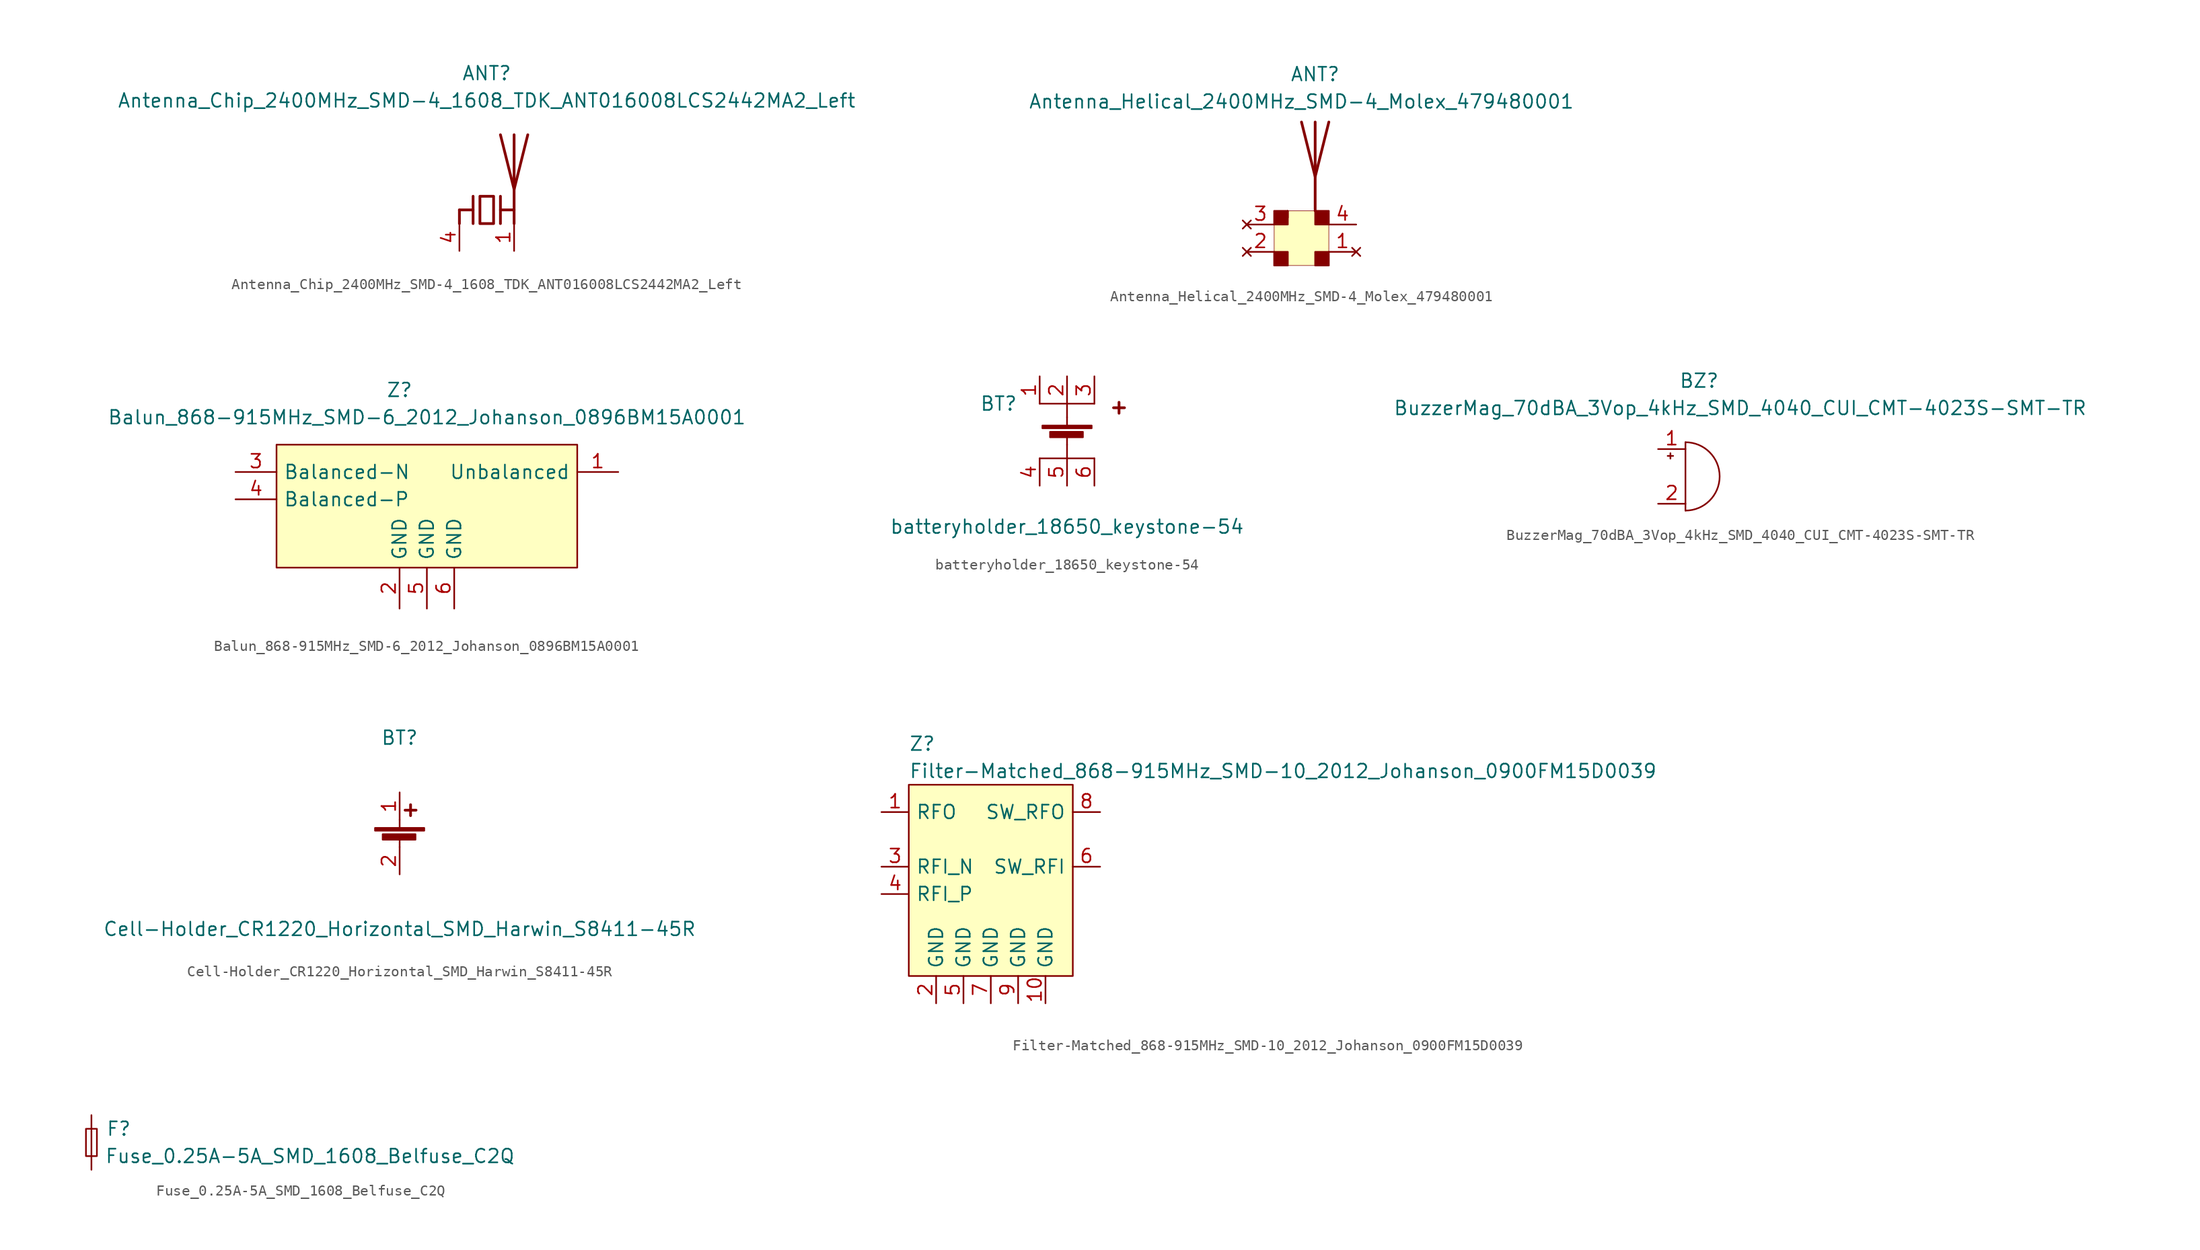
<source format=kicad_sym>
(kicad_symbol_lib
  (version 20220914)
  (generator kicad_symbol_editor)
  (symbol "Antenna_Chip_2400MHz_SMD-4_1608_TDK_ANT016008LCS2442MA2_Left"
    (pin_names
      (offset 0.635) hide)
    (property "Reference" "ANT"
      (at 0 12.7 0)
      (effects (font (size 1.27 1.27))))
    (property "Value" "Antenna_Chip_2400MHz_SMD-4_1608_TDK_ANT016008LCS2442MA2_Left"
      (at 0 10.16 0)
      (effects (font (size 1.27 1.27))))
    (symbol "Antenna_Chip_2400MHz_SMD-4_1608_TDK_ANT016008LCS2442MA2_Left_0_0"
      (pin no_connect line (at -1.27 -2.54 90) (length 2.54) hide (name "NC" (effects (font (size 1.27 1.27)))) (number "2" (effects (font (size 1.27 1.27)))))
      (pin no_connect line (at 0 -2.54 90) (length 2.54) hide (name "NC" (effects (font (size 1.27 1.27)))) (number "3" (effects (font (size 1.27 1.27))))))
    (symbol "Antenna_Chip_2400MHz_SMD-4_1608_TDK_ANT016008LCS2442MA2_Left_1_1"
      (polyline (pts (xy -2.54 0) (xy -2.54 -1.27)) (stroke (width 0.254) (type default)) (fill (type none)))
      (polyline (pts (xy -2.54 0) (xy -1.27 0)) (stroke (width 0.254) (type default)) (fill (type none)))
      (polyline (pts (xy 1.27 0) (xy 2.54 0)) (stroke (width 0.254) (type default)) (fill (type none)))
      (polyline (pts (xy 1.27 1.27) (xy 1.27 -1.27)) (stroke (width 0.254) (type default)) (fill (type none)))
      (polyline (pts (xy 2.54 -0.635) (xy 2.54 0)) (stroke (width 0) (type default)) (fill (type none)))
      (polyline (pts (xy 2.54 6.985) (xy 2.54 -1.27)) (stroke (width 0.254) (type default)) (fill (type none)))
      (polyline (pts (xy -1.27 1.27) (xy -1.27 -1.27) (xy -1.27 0)) (stroke (width 0.254) (type default)) (fill (type none)))
      (polyline (pts (xy 3.81 6.985) (xy 2.54 1.905) (xy 1.27 6.985)) (stroke (width 0.254) (type default)) (fill (type none)))
      (polyline (pts (xy -0.635 1.27) (xy 0.635 1.27) (xy 0.635 -1.27) (xy -0.635 -1.27) (xy -0.635 1.27)) (stroke (width 0.254) (type default)) (fill (type none)))
      (pin passive line (at 2.54 -3.81 90) (length 2.54) (name "RADIATOR" (effects (font (size 1.27 1.27)))) (number "1" (effects (font (size 1.27 1.27)))))
      (pin bidirectional line (at -2.54 -3.81 90) (length 2.54) (name "FEED" (effects (font (size 1.27 1.27)))) (number "4" (effects (font (size 1.27 1.27)))))))
  (symbol "Antenna_Helical_2400MHz_SMD-4_Molex_479480001"
    (pin_names hide)
    (property "Reference" "ANT"
      (at 1.27 15.24 0)
      (effects (font (size 1.27 1.27))))
    (property "Value" "Antenna_Helical_2400MHz_SMD-4_Molex_479480001"
      (at 0 12.7 0)
      (effects (font (size 1.27 1.27))))
    (symbol "Antenna_Helical_2400MHz_SMD-4_Molex_479480001_0_1"
      (rectangle (start -2.54 2.54) (end 2.54 -2.54) (stroke (width 0.051) (type default)) (fill (type background)))
      (rectangle (start 1.27 2.54) (end 2.54 1.27) (stroke (width 0) (type default)) (fill (type outline))))
    (symbol "Antenna_Helical_2400MHz_SMD-4_Molex_479480001_1_1"
      (rectangle (start -2.54 -1.27) (end -1.27 -2.54) (stroke (width 0) (type default)) (fill (type outline)))
      (rectangle (start -2.54 2.54) (end -1.27 1.27) (stroke (width 0) (type default)) (fill (type outline)))
      (polyline (pts (xy -1.27 1.905) (xy -1.27 2.54)) (stroke (width 0) (type default)) (fill (type none)))
      (polyline (pts (xy 1.27 10.795) (xy 1.27 2.54)) (stroke (width 0.254) (type default)) (fill (type none)))
      (polyline (pts (xy 2.54 10.795) (xy 1.27 5.715) (xy 0 10.795)) (stroke (width 0.254) (type default)) (fill (type none)))
      (rectangle (start 1.27 -1.27) (end 2.54 -2.54) (stroke (width 0) (type default)) (fill (type outline)))
      (pin no_connect line (at 5.08 -1.27 180) (length 2.54) (name "NC" (effects (font (size 1.27 1.27)))) (number "1" (effects (font (size 1.27 1.27)))))
      (pin no_connect line (at -5.08 -1.27 0) (length 2.54) (name "NC" (effects (font (size 1.27 1.27)))) (number "2" (effects (font (size 1.27 1.27)))))
      (pin no_connect line (at -5.08 1.27 0) (length 2.54) (name "NC" (effects (font (size 1.27 1.27)))) (number "3" (effects (font (size 1.27 1.27)))))
      (pin bidirectional line (at 5.08 1.27 180) (length 2.54) (name "FEED" (effects (font (size 1.27 1.27)))) (number "4" (effects (font (size 1.27 1.27)))))))
  (symbol "Balun_868-915MHz_SMD-6_2012_Johanson_0896BM15A0001"
    (pin_names
      (offset 0.635))
    (property "Reference" "Z"
      (at -2.54 11.43 0)
      (effects (font (size 1.27 1.27))))
    (property "Value" "Balun_868-915MHz_SMD-6_2012_Johanson_0896BM15A0001"
      (at 0 8.89 0)
      (effects (font (size 1.27 1.27))))
    (symbol "Balun_868-915MHz_SMD-6_2012_Johanson_0896BM15A0001_0_0"
      (pin bidirectional line (at 17.78 3.81 180) (length 3.81) (name "Unbalanced" (effects (font (size 1.27 1.27)))) (number "1" (effects (font (size 1.27 1.27)))))
      (pin power_in line (at -2.54 -8.89 90) (length 3.81) (name "GND" (effects (font (size 1.27 1.27)))) (number "2" (effects (font (size 1.27 1.27)))))
      (pin bidirectional line (at -17.78 3.81 0) (length 3.81) (name "Balanced-N" (effects (font (size 1.27 1.27)))) (number "3" (effects (font (size 1.27 1.27)))))
      (pin bidirectional line (at -17.78 1.27 0) (length 3.81) (name "Balanced-P" (effects (font (size 1.27 1.27)))) (number "4" (effects (font (size 1.27 1.27)))))
      (pin passive line (at 0 -8.89 90) (length 3.81) (name "GND" (effects (font (size 1.27 1.27)))) (number "5" (effects (font (size 1.27 1.27)))))
      (pin passive line (at 2.54 -8.89 90) (length 3.81) (name "GND" (effects (font (size 1.27 1.27)))) (number "6" (effects (font (size 1.27 1.27))))))
    (symbol "Balun_868-915MHz_SMD-6_2012_Johanson_0896BM15A0001_0_1"
      (rectangle (start -13.97 -5.08) (end 13.97 6.35) (stroke (width 0) (type default)) (fill (type background)))))
  (symbol "batteryholder_18650_keystone-54"
    (pin_names
      (offset 1.27) hide)
    (property "Reference" "BT"
      (at -6.35 2.54 0)
      (effects (font (size 1.27 1.27))))
    (property "Value" "batteryholder_18650_keystone-54"
      (at 0 -8.89 0)
      (effects (font (size 1.27 1.27))))
    (symbol "batteryholder_18650_keystone-54_0_0"
      (pin passive line (at 2.54 5.08 270) (length 2.54) (name "+" (effects (font (size 1.27 1.27)))) (number "3" (effects (font (size 1.27 1.27)))))
      (pin passive line (at -2.54 -5.08 90) (length 2.54) (name "-" (effects (font (size 1.27 1.27)))) (number "4" (effects (font (size 1.27 1.27)))))
      (pin passive line (at 0 -5.08 90) (length 2.54) (name "-" (effects (font (size 1.27 1.27)))) (number "5" (effects (font (size 1.27 1.27)))))
      (pin passive line (at 2.54 -5.08 90) (length 2.54) (name "-" (effects (font (size 1.27 1.27)))) (number "6" (effects (font (size 1.27 1.27))))))
    (symbol "batteryholder_18650_keystone-54_0_1"
      (rectangle (start 0 -2.54) (end 0 -1.27) (stroke (width 0) (type default)) (fill (type none)))
      (polyline (pts (xy -2.54 -2.54) (xy 2.54 -2.54)) (stroke (width 0) (type default)) (fill (type none)))
      (polyline (pts (xy 2.54 2.54) (xy -2.54 2.54)) (stroke (width 0) (type default)) (fill (type none)))
      (rectangle (start 0 1.27) (end 0 2.54) (stroke (width 0) (type default)) (fill (type none))))
    (symbol "batteryholder_18650_keystone-54_1_1"
      (rectangle (start -2.286 0.508) (end 2.286 0.254) (stroke (width 0) (type default)) (fill (type outline)))
      (rectangle (start -1.575 -0.076) (end 1.473 -0.584) (stroke (width 0) (type default)) (fill (type outline)))
      (polyline (pts (xy 0 -0.508) (xy 0 -1.27)) (stroke (width 0) (type default)) (fill (type none)))
      (polyline (pts (xy 0 0.508) (xy 0 1.27)) (stroke (width 0) (type default)) (fill (type none)))
      (polyline (pts (xy 4.318 2.159) (xy 5.334 2.159)) (stroke (width 0.254) (type default)) (fill (type none)))
      (polyline (pts (xy 4.826 2.667) (xy 4.826 1.651)) (stroke (width 0.254) (type default)) (fill (type none)))
      (pin passive line (at -2.54 5.08 270) (length 2.54) (name "+" (effects (font (size 1.27 1.27)))) (number "1" (effects (font (size 1.27 1.27)))))
      (pin passive line (at 0 5.08 270) (length 2.54) (name "+" (effects (font (size 1.27 1.27)))) (number "2" (effects (font (size 1.27 1.27)))))))
  (symbol "BuzzerMag_70dBA_3Vop_4kHz_SMD_4040_CUI_CMT-4023S-SMT-TR"
    (pin_names
      (offset 1.27) hide)
    (property "Reference" "BZ"
      (at 1.27 8.89 0)
      (effects (font (size 1.27 1.27))))
    (property "Value" "BuzzerMag_70dBA_3Vop_4kHz_SMD_4040_CUI_CMT-4023S-SMT-TR"
      (at 5.08 6.35 0)
      (effects (font (size 1.27 1.27))))
    (symbol "BuzzerMag_70dBA_3Vop_4kHz_SMD_4040_CUI_CMT-4023S-SMT-TR_1_1"
      (arc (start 0 -3.175) (mid 3.1612 0) (end 0 3.175) (stroke (width 0) (type default)) (fill (type none)))
      (polyline (pts (xy -1.651 1.905) (xy -1.143 1.905)) (stroke (width 0) (type default)) (fill (type none)))
      (polyline (pts (xy -1.397 2.159) (xy -1.397 1.651)) (stroke (width 0) (type default)) (fill (type none)))
      (polyline (pts (xy 0 3.175) (xy 0 -3.175)) (stroke (width 0) (type default)) (fill (type none)))
      (pin passive line (at -2.54 2.54 0) (length 2.54) (name "+" (effects (font (size 1.27 1.27)))) (number "1" (effects (font (size 1.27 1.27)))))
      (pin passive line (at -2.54 -2.54 0) (length 2.54) (name "-" (effects (font (size 1.27 1.27)))) (number "2" (effects (font (size 1.27 1.27)))))))
  (symbol "Cell-Holder_CR1220_Horizontal_SMD_Harwin_S8411-45R"
    (pin_names
      (offset 1.27) hide)
    (property "Reference" "BT"
      (at 0 8.89 0)
      (effects (font (size 1.27 1.27))))
    (property "Value" "Cell-Holder_CR1220_Horizontal_SMD_Harwin_S8411-45R"
      (at 0 -8.89 0)
      (effects (font (size 1.27 1.27))))
    (symbol "Cell-Holder_CR1220_Horizontal_SMD_Harwin_S8411-45R_1_1"
      (rectangle (start -2.286 0.508) (end 2.286 0.254) (stroke (width 0) (type default)) (fill (type outline)))
      (rectangle (start -1.575 -0.076) (end 1.473 -0.584) (stroke (width 0) (type default)) (fill (type outline)))
      (polyline (pts (xy 0 -0.508) (xy 0 -1.27)) (stroke (width 0) (type default)) (fill (type none)))
      (polyline (pts (xy 0 0.508) (xy 0 1.27)) (stroke (width 0) (type default)) (fill (type none)))
      (polyline (pts (xy 0.508 2.159) (xy 1.524 2.159)) (stroke (width 0.254) (type default)) (fill (type none)))
      (polyline (pts (xy 1.016 2.667) (xy 1.016 1.651)) (stroke (width 0.254) (type default)) (fill (type none)))
      (pin passive line (at 0 3.81 270) (length 2.54) (name "+" (effects (font (size 1.27 1.27)))) (number "1" (effects (font (size 1.27 1.27)))))
      (pin passive line (at 0 -3.81 90) (length 2.54) (name "-" (effects (font (size 1.27 1.27)))) (number "2" (effects (font (size 1.27 1.27)))))))
  (symbol "Filter-Matched_868-915MHz_SMD-10_2012_Johanson_0900FM15D0039"
    (pin_names
      (offset 0.635))
    (property "Reference" "Z"
      (at -7.62 12.7 0)
      (effects (font (size 1.27 1.27)) (justify left)))
    (property "Value" "Filter-Matched_868-915MHz_SMD-10_2012_Johanson_0900FM15D0039"
      (at -7.62 10.16 0)
      (effects (font (size 1.27 1.27)) (justify left)))
    (symbol "Filter-Matched_868-915MHz_SMD-10_2012_Johanson_0900FM15D0039_0_0"
      (pin bidirectional line (at -10.16 6.35 0) (length 2.54) (name "RFO" (effects (font (size 1.27 1.27)))) (number "1" (effects (font (size 1.27 1.27)))))
      (pin passive line (at 5.08 -11.43 90) (length 2.54) (name "GND" (effects (font (size 1.27 1.27)))) (number "10" (effects (font (size 1.27 1.27)))))
      (pin power_in line (at -5.08 -11.43 90) (length 2.54) (name "GND" (effects (font (size 1.27 1.27)))) (number "2" (effects (font (size 1.27 1.27)))))
      (pin bidirectional line (at -10.16 1.27 0) (length 2.54) (name "RFI_N" (effects (font (size 1.27 1.27)))) (number "3" (effects (font (size 1.27 1.27)))))
      (pin bidirectional line (at -10.16 -1.27 0) (length 2.54) (name "RFI_P" (effects (font (size 1.27 1.27)))) (number "4" (effects (font (size 1.27 1.27)))))
      (pin passive line (at -2.54 -11.43 90) (length 2.54) (name "GND" (effects (font (size 1.27 1.27)))) (number "5" (effects (font (size 1.27 1.27)))))
      (pin bidirectional line (at 10.16 1.27 180) (length 2.54) (name "SW_RFI" (effects (font (size 1.27 1.27)))) (number "6" (effects (font (size 1.27 1.27)))))
      (pin passive line (at 0 -11.43 90) (length 2.54) (name "GND" (effects (font (size 1.27 1.27)))) (number "7" (effects (font (size 1.27 1.27)))))
      (pin bidirectional line (at 10.16 6.35 180) (length 2.54) (name "SW_RFO" (effects (font (size 1.27 1.27)))) (number "8" (effects (font (size 1.27 1.27)))))
      (pin passive line (at 2.54 -11.43 90) (length 2.54) (name "GND" (effects (font (size 1.27 1.27)))) (number "9" (effects (font (size 1.27 1.27))))))
    (symbol "Filter-Matched_868-915MHz_SMD-10_2012_Johanson_0900FM15D0039_0_1"
      (rectangle (start 7.62 -8.89) (end -7.62 8.89) (stroke (width 0) (type default)) (fill (type background)))))
  (symbol "Fuse_0.25A-5A_SMD_1608_Belfuse_C2Q"
    (pin_numbers hide)
    (pin_names
      (offset 1.27) hide)
    (property "Reference" "F"
      (at 2.54 1.27 0)
      (effects (font (size 1.27 1.27))))
    (property "Value" "Fuse_0.25A-5A_SMD_1608_Belfuse_C2Q"
      (at 20.32 -1.27 0)
      (effects (font (size 1.27 1.27))))
    (symbol "Fuse_0.25A-5A_SMD_1608_Belfuse_C2Q_1_1"
      (rectangle (start -0.508 -1.27) (end 0.508 1.27) (stroke (width 0) (type default)) (fill (type none)))
      (polyline (pts (xy 0 -1.27) (xy 0 1.27)) (stroke (width 0) (type default)) (fill (type none)))
      (pin passive line (at 0 -2.54 90) (length 1.27) (name "~" (effects (font (size 1.27 1.27)))) (number "1" (effects (font (size 1.27 1.27)))))
      (pin passive line (at 0 2.54 270) (length 1.27) (name "~" (effects (font (size 1.27 1.27)))) (number "2" (effects (font (size 1.27 1.27))))))))
</source>
